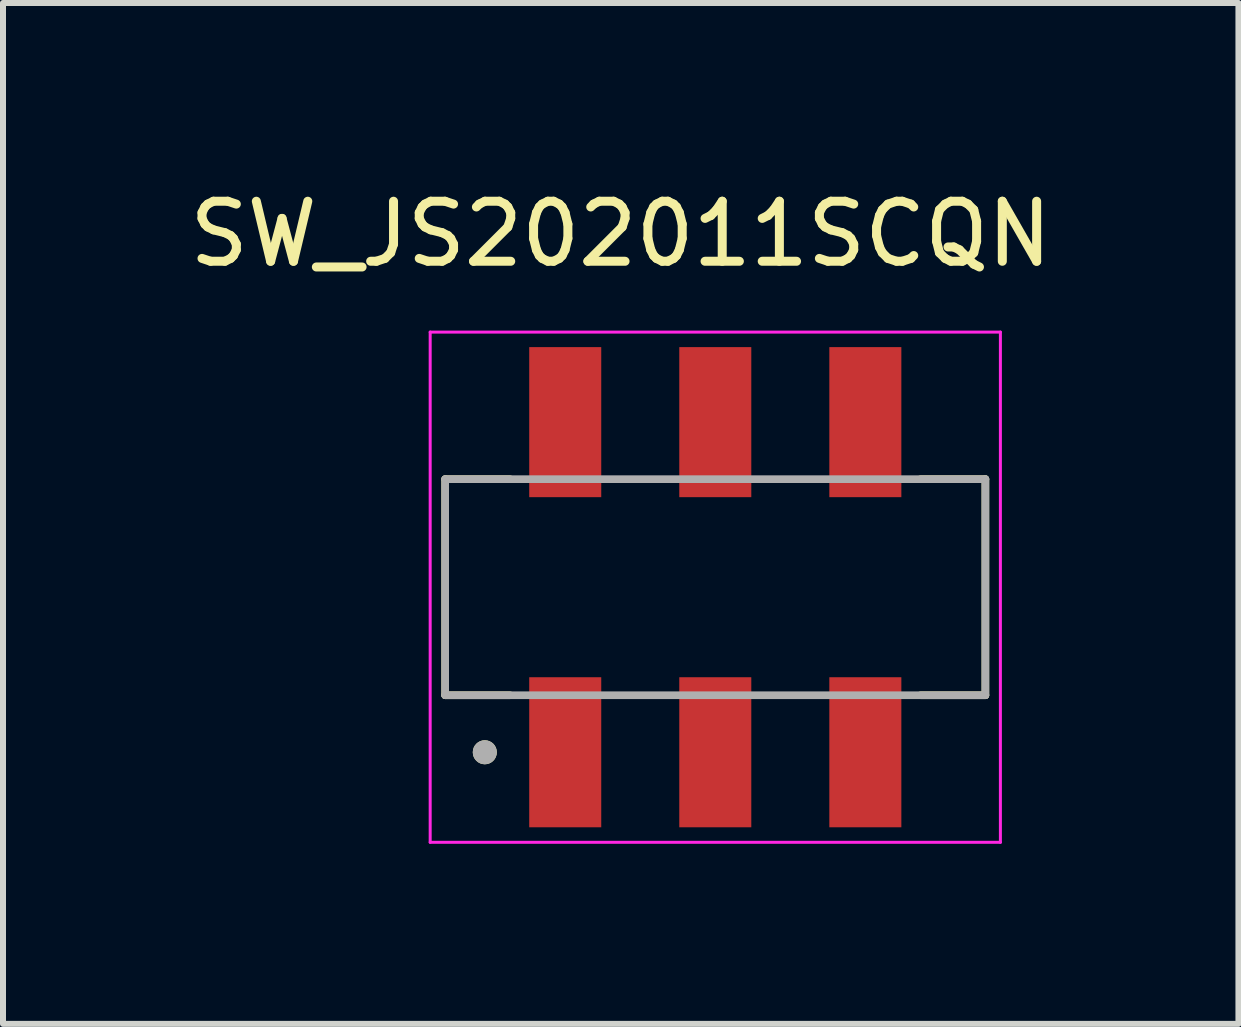
<source format=kicad_pcb>
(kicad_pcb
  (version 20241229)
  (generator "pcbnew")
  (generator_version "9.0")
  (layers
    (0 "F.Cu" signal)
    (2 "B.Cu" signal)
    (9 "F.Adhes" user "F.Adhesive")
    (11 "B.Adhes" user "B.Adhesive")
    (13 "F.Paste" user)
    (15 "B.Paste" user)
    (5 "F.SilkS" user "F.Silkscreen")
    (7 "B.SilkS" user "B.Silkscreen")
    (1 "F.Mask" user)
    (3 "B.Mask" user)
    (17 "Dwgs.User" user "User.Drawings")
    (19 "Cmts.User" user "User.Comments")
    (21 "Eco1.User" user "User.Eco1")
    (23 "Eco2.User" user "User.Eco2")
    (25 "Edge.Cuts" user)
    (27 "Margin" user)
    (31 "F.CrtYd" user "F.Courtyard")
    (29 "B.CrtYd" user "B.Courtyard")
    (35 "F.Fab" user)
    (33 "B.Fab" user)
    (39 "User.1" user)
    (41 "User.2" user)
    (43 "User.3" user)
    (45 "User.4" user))
  (footprint "SW_JS202011SCQN"
    (layer "F.Cu")
    (at 8.867 6.733)
    (property "Reference" "SW_JS202011SCQN" (at -1.575 -5.885 0) (layer "F.SilkS") (effects (font (size 1 1) (thickness 0.15))))
    (attr smd)
    (fp_line (start -4.5 -1.8) (end -4.5 1.8) (stroke (width 0.127) (type solid)) (layer "F.SilkS"))
    (fp_line (start -4.5 1.8) (end -3.42 1.8) (stroke (width 0.127) (type solid)) (layer "F.SilkS"))
    (fp_line (start -3.42 -1.8) (end -4.5 -1.8) (stroke (width 0.127) (type solid)) (layer "F.SilkS"))
    (fp_line (start 3.42 1.8) (end 4.5 1.8) (stroke (width 0.127) (type solid)) (layer "F.SilkS"))
    (fp_line (start 4.5 -1.8) (end 3.42 -1.8) (stroke (width 0.127) (type solid)) (layer "F.SilkS"))
    (fp_line (start 4.5 1.8) (end 4.5 -1.8) (stroke (width 0.127) (type solid)) (layer "F.SilkS"))
    (fp_circle (center -3.84 2.75) (end -3.74 2.75) (stroke (width 0.2) (type solid)) (fill no) (layer "F.SilkS"))
    (fp_line (start -4.75 -4.25) (end -4.75 4.25) (stroke (width 0.05) (type solid)) (layer "F.CrtYd"))
    (fp_line (start -4.75 4.25) (end 4.75 4.25) (stroke (width 0.05) (type solid)) (layer "F.CrtYd"))
    (fp_line (start 4.75 -4.25) (end -4.75 -4.25) (stroke (width 0.05) (type solid)) (layer "F.CrtYd"))
    (fp_line (start 4.75 4.25) (end 4.75 -4.25) (stroke (width 0.05) (type solid)) (layer "F.CrtYd"))
    (fp_line (start -4.5 -1.8) (end -4.5 1.8) (stroke (width 0.127) (type solid)) (layer "F.Fab"))
    (fp_line (start -4.5 1.8) (end 4.5 1.8) (stroke (width 0.127) (type solid)) (layer "F.Fab"))
    (fp_line (start 4.5 -1.8) (end -4.5 -1.8) (stroke (width 0.127) (type solid)) (layer "F.Fab"))
    (fp_line (start 4.5 1.8) (end 4.5 -1.8) (stroke (width 0.127) (type solid)) (layer "F.Fab"))
    (fp_circle (center -3.84 2.75) (end -3.74 2.75) (stroke (width 0.2) (type solid)) (fill no) (layer "F.Fab"))
    (pad "1" smd rect (at -2.5 2.75) (size 1.2 2.5) (layers "F.Cu" "F.Mask" "F.Paste"))
    (pad "2" smd rect (at 0 2.75) (size 1.2 2.5) (layers "F.Cu" "F.Mask" "F.Paste"))
    (pad "3" smd rect (at 2.5 2.75) (size 1.2 2.5) (layers "F.Cu" "F.Mask" "F.Paste"))
    (pad "4" smd rect (at -2.5 -2.75) (size 1.2 2.5) (layers "F.Cu" "F.Mask" "F.Paste"))
    (pad "5" smd rect (at 0 -2.75) (size 1.2 2.5) (layers "F.Cu" "F.Mask" "F.Paste"))
    (pad "6" smd rect (at 2.5 -2.75) (size 1.2 2.5) (layers "F.Cu" "F.Mask" "F.Paste")))
  (gr_rect
    (start -3 -3)
    (end 17.583 14.008)
    (stroke (width 0.1) (type default))
    (fill no)
    (layer "Edge.Cuts")))
</source>
